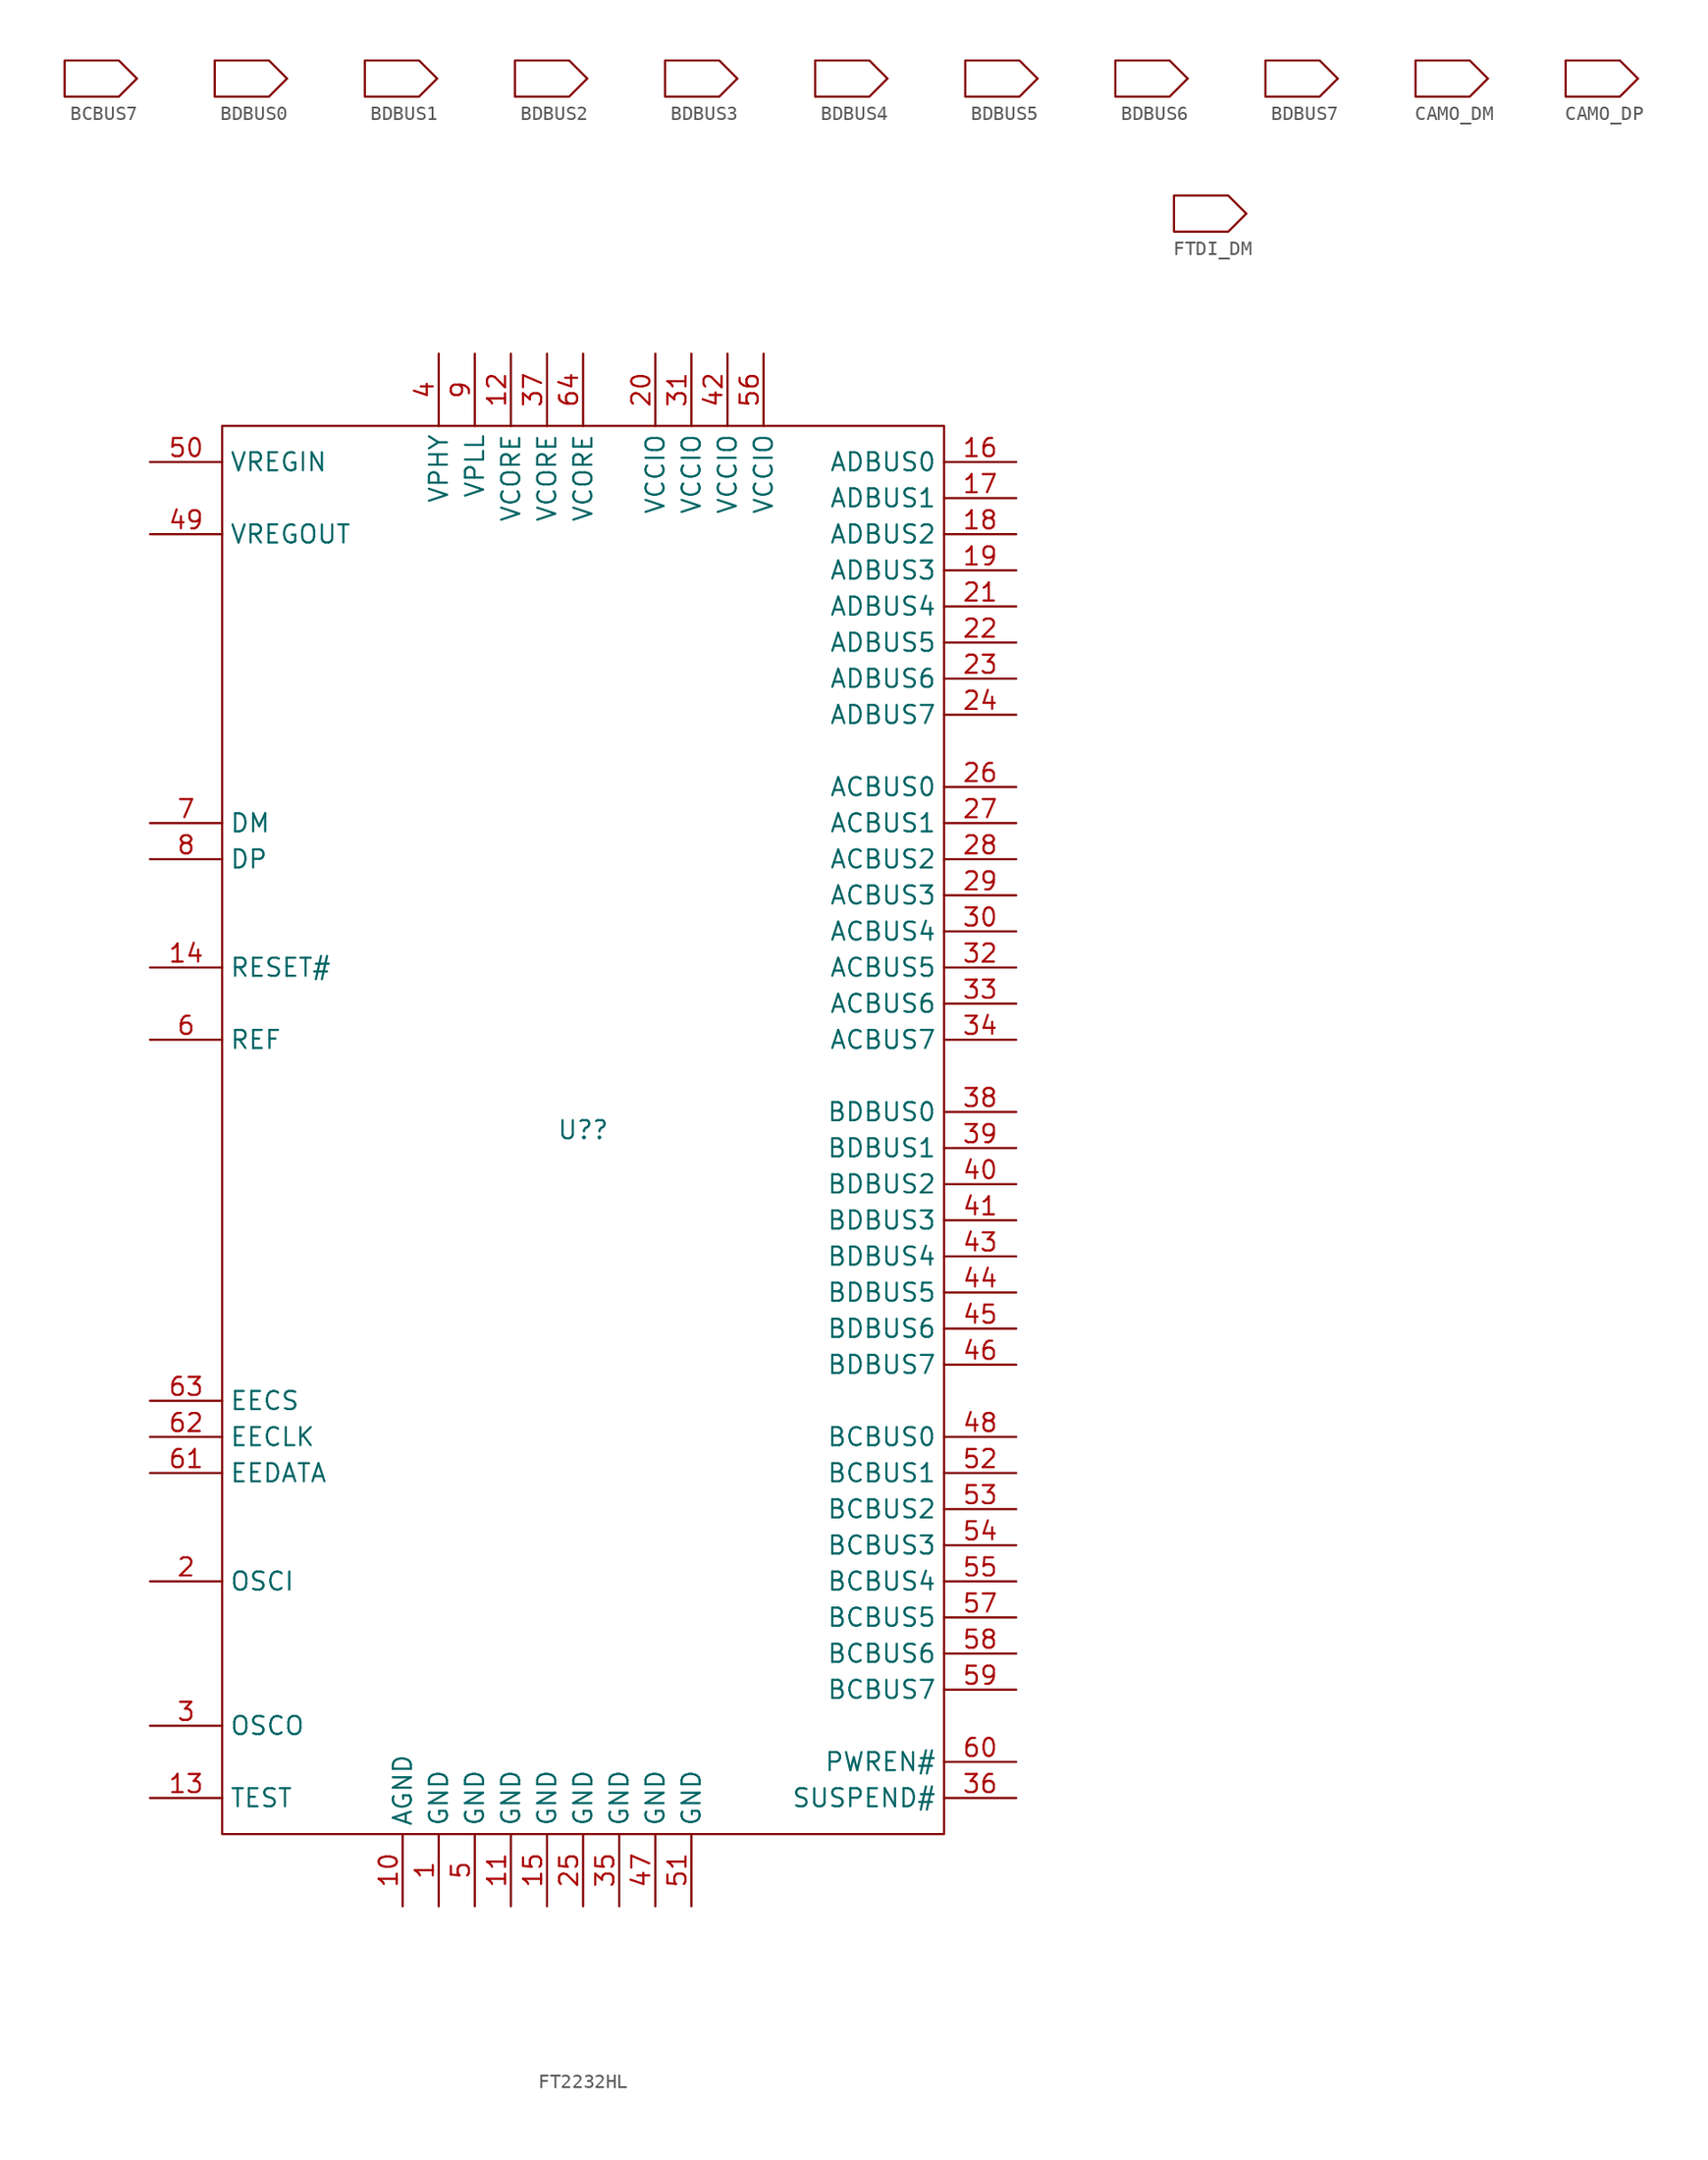
<source format=kicad_sym>
(kicad_symbol_lib
  (version 20231120)
  (generator "kicad_symbol_editor")
  (generator_version "8.0")
  (symbol "BCBUS7"
    (power)
    (pin_numbers hide)
    (pin_names hide)
    (property "Reference" "#PWR"
      (at 0 0 0)
      (effects (font (size 1.27 1.27)) (hide yes)))
    (property "Value" ""
      (at 0 0 0)
      (effects (font (size 1.27 1.27))))
    (symbol "BCBUS7_1_0"
      (polyline (pts (xy 0 0) (xy -1.27 -1.27) (xy -1.27 -1.27) (xy -5.08 -1.27) (xy -5.08 -1.27) (xy -5.08 1.27) (xy -5.08 1.27) (xy -1.27 1.27) (xy -1.27 1.27) (xy 0 0)) (stroke (width 0) (type default)) (fill (type none)))
      (pin input line (at 0 0 0) (length 0) (name "" (effects (font (size 0.025 0.025)))) (number "1" (effects (font (size 0 0)))))))
  (symbol "BDBUS0"
    (power)
    (pin_numbers hide)
    (pin_names hide)
    (property "Reference" "#PWR"
      (at 0 0 0)
      (effects (font (size 1.27 1.27)) (hide yes)))
    (property "Value" ""
      (at 0 0 0)
      (effects (font (size 1.27 1.27))))
    (symbol "BDBUS0_1_0"
      (polyline (pts (xy 0 0) (xy -1.27 -1.27) (xy -1.27 -1.27) (xy -5.08 -1.27) (xy -5.08 -1.27) (xy -5.08 1.27) (xy -5.08 1.27) (xy -1.27 1.27) (xy -1.27 1.27) (xy 0 0)) (stroke (width 0) (type default)) (fill (type none)))
      (pin input line (at 0 0 0) (length 0) (name "" (effects (font (size 0.025 0.025)))) (number "1" (effects (font (size 0 0)))))))
  (symbol "BDBUS1"
    (power)
    (pin_numbers hide)
    (pin_names hide)
    (property "Reference" "#PWR"
      (at 0 0 0)
      (effects (font (size 1.27 1.27)) (hide yes)))
    (property "Value" ""
      (at 0 0 0)
      (effects (font (size 1.27 1.27))))
    (symbol "BDBUS1_1_0"
      (polyline (pts (xy 0 0) (xy -1.27 -1.27) (xy -1.27 -1.27) (xy -5.08 -1.27) (xy -5.08 -1.27) (xy -5.08 1.27) (xy -5.08 1.27) (xy -1.27 1.27) (xy -1.27 1.27) (xy 0 0)) (stroke (width 0) (type default)) (fill (type none)))
      (pin input line (at 0 0 0) (length 0) (name "" (effects (font (size 0.025 0.025)))) (number "1" (effects (font (size 0 0)))))))
  (symbol "BDBUS2"
    (power)
    (pin_numbers hide)
    (pin_names hide)
    (property "Reference" "#PWR"
      (at 0 0 0)
      (effects (font (size 1.27 1.27)) (hide yes)))
    (property "Value" ""
      (at 0 0 0)
      (effects (font (size 1.27 1.27))))
    (symbol "BDBUS2_1_0"
      (polyline (pts (xy 0 0) (xy -1.27 -1.27) (xy -1.27 -1.27) (xy -5.08 -1.27) (xy -5.08 -1.27) (xy -5.08 1.27) (xy -5.08 1.27) (xy -1.27 1.27) (xy -1.27 1.27) (xy 0 0)) (stroke (width 0) (type default)) (fill (type none)))
      (pin input line (at 0 0 0) (length 0) (name "" (effects (font (size 0.025 0.025)))) (number "1" (effects (font (size 0 0)))))))
  (symbol "BDBUS3"
    (power)
    (pin_numbers hide)
    (pin_names hide)
    (property "Reference" "#PWR"
      (at 0 0 0)
      (effects (font (size 1.27 1.27)) (hide yes)))
    (property "Value" ""
      (at 0 0 0)
      (effects (font (size 1.27 1.27))))
    (symbol "BDBUS3_1_0"
      (polyline (pts (xy 0 0) (xy -1.27 -1.27) (xy -1.27 -1.27) (xy -5.08 -1.27) (xy -5.08 -1.27) (xy -5.08 1.27) (xy -5.08 1.27) (xy -1.27 1.27) (xy -1.27 1.27) (xy 0 0)) (stroke (width 0) (type default)) (fill (type none)))
      (pin input line (at 0 0 0) (length 0) (name "" (effects (font (size 0.025 0.025)))) (number "1" (effects (font (size 0 0)))))))
  (symbol "BDBUS4"
    (power)
    (pin_numbers hide)
    (pin_names hide)
    (property "Reference" "#PWR"
      (at 0 0 0)
      (effects (font (size 1.27 1.27)) (hide yes)))
    (property "Value" ""
      (at 0 0 0)
      (effects (font (size 1.27 1.27))))
    (symbol "BDBUS4_1_0"
      (polyline (pts (xy 0 0) (xy -1.27 -1.27) (xy -1.27 -1.27) (xy -5.08 -1.27) (xy -5.08 -1.27) (xy -5.08 1.27) (xy -5.08 1.27) (xy -1.27 1.27) (xy -1.27 1.27) (xy 0 0)) (stroke (width 0) (type default)) (fill (type none)))
      (pin input line (at 0 0 0) (length 0) (name "" (effects (font (size 0.025 0.025)))) (number "1" (effects (font (size 0 0)))))))
  (symbol "BDBUS5"
    (power)
    (pin_numbers hide)
    (pin_names hide)
    (property "Reference" "#PWR"
      (at 0 0 0)
      (effects (font (size 1.27 1.27)) (hide yes)))
    (property "Value" ""
      (at 0 0 0)
      (effects (font (size 1.27 1.27))))
    (symbol "BDBUS5_1_0"
      (polyline (pts (xy 0 0) (xy -1.27 -1.27) (xy -1.27 -1.27) (xy -5.08 -1.27) (xy -5.08 -1.27) (xy -5.08 1.27) (xy -5.08 1.27) (xy -1.27 1.27) (xy -1.27 1.27) (xy 0 0)) (stroke (width 0) (type default)) (fill (type none)))
      (pin input line (at 0 0 0) (length 0) (name "" (effects (font (size 0.025 0.025)))) (number "1" (effects (font (size 0 0)))))))
  (symbol "BDBUS6"
    (power)
    (pin_numbers hide)
    (pin_names hide)
    (property "Reference" "#PWR"
      (at 0 0 0)
      (effects (font (size 1.27 1.27)) (hide yes)))
    (property "Value" ""
      (at 0 0 0)
      (effects (font (size 1.27 1.27))))
    (symbol "BDBUS6_1_0"
      (polyline (pts (xy 0 0) (xy -1.27 -1.27) (xy -1.27 -1.27) (xy -5.08 -1.27) (xy -5.08 -1.27) (xy -5.08 1.27) (xy -5.08 1.27) (xy -1.27 1.27) (xy -1.27 1.27) (xy 0 0)) (stroke (width 0) (type default)) (fill (type none)))
      (pin input line (at 0 0 0) (length 0) (name "" (effects (font (size 0.025 0.025)))) (number "1" (effects (font (size 0 0)))))))
  (symbol "BDBUS7"
    (power)
    (pin_numbers hide)
    (pin_names hide)
    (property "Reference" "#PWR"
      (at 0 0 0)
      (effects (font (size 1.27 1.27)) (hide yes)))
    (property "Value" ""
      (at 0 0 0)
      (effects (font (size 1.27 1.27))))
    (symbol "BDBUS7_1_0"
      (polyline (pts (xy 0 0) (xy -1.27 -1.27) (xy -1.27 -1.27) (xy -5.08 -1.27) (xy -5.08 -1.27) (xy -5.08 1.27) (xy -5.08 1.27) (xy -1.27 1.27) (xy -1.27 1.27) (xy 0 0)) (stroke (width 0) (type default)) (fill (type none)))
      (pin input line (at 0 0 0) (length 0) (name "" (effects (font (size 0.025 0.025)))) (number "1" (effects (font (size 0 0)))))))
  (symbol "CAMO_DM"
    (power)
    (pin_numbers hide)
    (pin_names hide)
    (property "Reference" "#PWR"
      (at 0 0 0)
      (effects (font (size 1.27 1.27)) (hide yes)))
    (property "Value" ""
      (at 0 0 0)
      (effects (font (size 1.27 1.27))))
    (symbol "CAMO_DM_1_0"
      (polyline (pts (xy 0 0) (xy -1.27 -1.27) (xy -1.27 -1.27) (xy -5.08 -1.27) (xy -5.08 -1.27) (xy -5.08 1.27) (xy -5.08 1.27) (xy -1.27 1.27) (xy -1.27 1.27) (xy 0 0)) (stroke (width 0) (type default)) (fill (type none)))
      (pin input line (at 0 0 0) (length 0) (name "" (effects (font (size 0.025 0.025)))) (number "1" (effects (font (size 0 0)))))))
  (symbol "CAMO_DP"
    (power)
    (pin_numbers hide)
    (pin_names hide)
    (property "Reference" "#PWR"
      (at 0 0 0)
      (effects (font (size 1.27 1.27)) (hide yes)))
    (property "Value" ""
      (at 0 0 0)
      (effects (font (size 1.27 1.27))))
    (symbol "CAMO_DP_1_0"
      (polyline (pts (xy 0 0) (xy -1.27 -1.27) (xy -1.27 -1.27) (xy -5.08 -1.27) (xy -5.08 -1.27) (xy -5.08 1.27) (xy -5.08 1.27) (xy -1.27 1.27) (xy -1.27 1.27) (xy 0 0)) (stroke (width 0) (type default)) (fill (type none)))
      (pin input line (at 0 0 0) (length 0) (name "" (effects (font (size 0.025 0.025)))) (number "1" (effects (font (size 0 0)))))))
  (symbol "FT2232HL"
    (property "Reference" "U?"
      (at 0 0 0)
      (effects (font (size 1.27 1.27))))
    (property "Value" ""
      (at 0 0 0)
      (effects (font (size 1.27 1.27))))
    (symbol "FT2232HL_1_0"
      (rectangle (start -25.4 -49.53) (end 25.4 49.53) (stroke (width 0) (type default)) (fill (type none)))
      (pin unspecified line (at -10.16 -54.61 90) (length 5.08) (name "GND" (effects (font (size 1.27 1.27)))) (number "1" (effects (font (size 1.27 1.27)))))
      (pin unspecified line (at -12.7 -54.61 90) (length 5.08) (name "AGND" (effects (font (size 1.27 1.27)))) (number "10" (effects (font (size 1.27 1.27)))))
      (pin unspecified line (at -5.08 -54.61 90) (length 5.08) (name "GND" (effects (font (size 1.27 1.27)))) (number "11" (effects (font (size 1.27 1.27)))))
      (pin unspecified line (at -5.08 54.61 270) (length 5.08) (name "VCORE" (effects (font (size 1.27 1.27)))) (number "12" (effects (font (size 1.27 1.27)))))
      (pin unspecified line (at -30.48 -46.99 0) (length 5.08) (name "TEST" (effects (font (size 1.27 1.27)))) (number "13" (effects (font (size 1.27 1.27)))))
      (pin unspecified line (at -30.48 11.43 0) (length 5.08) (name "RESET#" (effects (font (size 1.27 1.27)))) (number "14" (effects (font (size 1.27 1.27)))))
      (pin unspecified line (at -2.54 -54.61 90) (length 5.08) (name "GND" (effects (font (size 1.27 1.27)))) (number "15" (effects (font (size 1.27 1.27)))))
      (pin bidirectional line (at 30.48 46.99 180) (length 5.08) (name "ADBUS0" (effects (font (size 1.27 1.27)))) (number "16" (effects (font (size 1.27 1.27)))))
      (pin bidirectional line (at 30.48 44.45 180) (length 5.08) (name "ADBUS1" (effects (font (size 1.27 1.27)))) (number "17" (effects (font (size 1.27 1.27)))))
      (pin bidirectional line (at 30.48 41.91 180) (length 5.08) (name "ADBUS2" (effects (font (size 1.27 1.27)))) (number "18" (effects (font (size 1.27 1.27)))))
      (pin bidirectional line (at 30.48 39.37 180) (length 5.08) (name "ADBUS3" (effects (font (size 1.27 1.27)))) (number "19" (effects (font (size 1.27 1.27)))))
      (pin unspecified line (at -30.48 -31.75 0) (length 5.08) (name "OSCI" (effects (font (size 1.27 1.27)))) (number "2" (effects (font (size 1.27 1.27)))))
      (pin unspecified line (at 5.08 54.61 270) (length 5.08) (name "VCCIO" (effects (font (size 1.27 1.27)))) (number "20" (effects (font (size 1.27 1.27)))))
      (pin bidirectional line (at 30.48 36.83 180) (length 5.08) (name "ADBUS4" (effects (font (size 1.27 1.27)))) (number "21" (effects (font (size 1.27 1.27)))))
      (pin bidirectional line (at 30.48 34.29 180) (length 5.08) (name "ADBUS5" (effects (font (size 1.27 1.27)))) (number "22" (effects (font (size 1.27 1.27)))))
      (pin bidirectional line (at 30.48 31.75 180) (length 5.08) (name "ADBUS6" (effects (font (size 1.27 1.27)))) (number "23" (effects (font (size 1.27 1.27)))))
      (pin bidirectional line (at 30.48 29.21 180) (length 5.08) (name "ADBUS7" (effects (font (size 1.27 1.27)))) (number "24" (effects (font (size 1.27 1.27)))))
      (pin unspecified line (at 0 -54.61 90) (length 5.08) (name "GND" (effects (font (size 1.27 1.27)))) (number "25" (effects (font (size 1.27 1.27)))))
      (pin bidirectional line (at 30.48 24.13 180) (length 5.08) (name "ACBUS0" (effects (font (size 1.27 1.27)))) (number "26" (effects (font (size 1.27 1.27)))))
      (pin bidirectional line (at 30.48 21.59 180) (length 5.08) (name "ACBUS1" (effects (font (size 1.27 1.27)))) (number "27" (effects (font (size 1.27 1.27)))))
      (pin bidirectional line (at 30.48 19.05 180) (length 5.08) (name "ACBUS2" (effects (font (size 1.27 1.27)))) (number "28" (effects (font (size 1.27 1.27)))))
      (pin bidirectional line (at 30.48 16.51 180) (length 5.08) (name "ACBUS3" (effects (font (size 1.27 1.27)))) (number "29" (effects (font (size 1.27 1.27)))))
      (pin output line (at -30.48 -41.91 0) (length 5.08) (name "OSCO" (effects (font (size 1.27 1.27)))) (number "3" (effects (font (size 1.27 1.27)))))
      (pin bidirectional line (at 30.48 13.97 180) (length 5.08) (name "ACBUS4" (effects (font (size 1.27 1.27)))) (number "30" (effects (font (size 1.27 1.27)))))
      (pin unspecified line (at 7.62 54.61 270) (length 5.08) (name "VCCIO" (effects (font (size 1.27 1.27)))) (number "31" (effects (font (size 1.27 1.27)))))
      (pin bidirectional line (at 30.48 11.43 180) (length 5.08) (name "ACBUS5" (effects (font (size 1.27 1.27)))) (number "32" (effects (font (size 1.27 1.27)))))
      (pin bidirectional line (at 30.48 8.89 180) (length 5.08) (name "ACBUS6" (effects (font (size 1.27 1.27)))) (number "33" (effects (font (size 1.27 1.27)))))
      (pin bidirectional line (at 30.48 6.35 180) (length 5.08) (name "ACBUS7" (effects (font (size 1.27 1.27)))) (number "34" (effects (font (size 1.27 1.27)))))
      (pin unspecified line (at 2.54 -54.61 90) (length 5.08) (name "GND" (effects (font (size 1.27 1.27)))) (number "35" (effects (font (size 1.27 1.27)))))
      (pin output line (at 30.48 -46.99 180) (length 5.08) (name "SUSPEND#" (effects (font (size 1.27 1.27)))) (number "36" (effects (font (size 1.27 1.27)))))
      (pin unspecified line (at -2.54 54.61 270) (length 5.08) (name "VCORE" (effects (font (size 1.27 1.27)))) (number "37" (effects (font (size 1.27 1.27)))))
      (pin bidirectional line (at 30.48 1.27 180) (length 5.08) (name "BDBUS0" (effects (font (size 1.27 1.27)))) (number "38" (effects (font (size 1.27 1.27)))))
      (pin bidirectional line (at 30.48 -1.27 180) (length 5.08) (name "BDBUS1" (effects (font (size 1.27 1.27)))) (number "39" (effects (font (size 1.27 1.27)))))
      (pin unspecified line (at -10.16 54.61 270) (length 5.08) (name "VPHY" (effects (font (size 1.27 1.27)))) (number "4" (effects (font (size 1.27 1.27)))))
      (pin bidirectional line (at 30.48 -3.81 180) (length 5.08) (name "BDBUS2" (effects (font (size 1.27 1.27)))) (number "40" (effects (font (size 1.27 1.27)))))
      (pin bidirectional line (at 30.48 -6.35 180) (length 5.08) (name "BDBUS3" (effects (font (size 1.27 1.27)))) (number "41" (effects (font (size 1.27 1.27)))))
      (pin unspecified line (at 10.16 54.61 270) (length 5.08) (name "VCCIO" (effects (font (size 1.27 1.27)))) (number "42" (effects (font (size 1.27 1.27)))))
      (pin bidirectional line (at 30.48 -8.89 180) (length 5.08) (name "BDBUS4" (effects (font (size 1.27 1.27)))) (number "43" (effects (font (size 1.27 1.27)))))
      (pin bidirectional line (at 30.48 -11.43 180) (length 5.08) (name "BDBUS5" (effects (font (size 1.27 1.27)))) (number "44" (effects (font (size 1.27 1.27)))))
      (pin bidirectional line (at 30.48 -13.97 180) (length 5.08) (name "BDBUS6" (effects (font (size 1.27 1.27)))) (number "45" (effects (font (size 1.27 1.27)))))
      (pin bidirectional line (at 30.48 -16.51 180) (length 5.08) (name "BDBUS7" (effects (font (size 1.27 1.27)))) (number "46" (effects (font (size 1.27 1.27)))))
      (pin unspecified line (at 5.08 -54.61 90) (length 5.08) (name "GND" (effects (font (size 1.27 1.27)))) (number "47" (effects (font (size 1.27 1.27)))))
      (pin bidirectional line (at 30.48 -21.59 180) (length 5.08) (name "BCBUS0" (effects (font (size 1.27 1.27)))) (number "48" (effects (font (size 1.27 1.27)))))
      (pin unspecified line (at -30.48 41.91 0) (length 5.08) (name "VREGOUT" (effects (font (size 1.27 1.27)))) (number "49" (effects (font (size 1.27 1.27)))))
      (pin unspecified line (at -7.62 -54.61 90) (length 5.08) (name "GND" (effects (font (size 1.27 1.27)))) (number "5" (effects (font (size 1.27 1.27)))))
      (pin unspecified line (at -30.48 46.99 0) (length 5.08) (name "VREGIN" (effects (font (size 1.27 1.27)))) (number "50" (effects (font (size 1.27 1.27)))))
      (pin unspecified line (at 7.62 -54.61 90) (length 5.08) (name "GND" (effects (font (size 1.27 1.27)))) (number "51" (effects (font (size 1.27 1.27)))))
      (pin bidirectional line (at 30.48 -24.13 180) (length 5.08) (name "BCBUS1" (effects (font (size 1.27 1.27)))) (number "52" (effects (font (size 1.27 1.27)))))
      (pin bidirectional line (at 30.48 -26.67 180) (length 5.08) (name "BCBUS2" (effects (font (size 1.27 1.27)))) (number "53" (effects (font (size 1.27 1.27)))))
      (pin bidirectional line (at 30.48 -29.21 180) (length 5.08) (name "BCBUS3" (effects (font (size 1.27 1.27)))) (number "54" (effects (font (size 1.27 1.27)))))
      (pin bidirectional line (at 30.48 -31.75 180) (length 5.08) (name "BCBUS4" (effects (font (size 1.27 1.27)))) (number "55" (effects (font (size 1.27 1.27)))))
      (pin unspecified line (at 12.7 54.61 270) (length 5.08) (name "VCCIO" (effects (font (size 1.27 1.27)))) (number "56" (effects (font (size 1.27 1.27)))))
      (pin bidirectional line (at 30.48 -34.29 180) (length 5.08) (name "BCBUS5" (effects (font (size 1.27 1.27)))) (number "57" (effects (font (size 1.27 1.27)))))
      (pin bidirectional line (at 30.48 -36.83 180) (length 5.08) (name "BCBUS6" (effects (font (size 1.27 1.27)))) (number "58" (effects (font (size 1.27 1.27)))))
      (pin bidirectional line (at 30.48 -39.37 180) (length 5.08) (name "BCBUS7" (effects (font (size 1.27 1.27)))) (number "59" (effects (font (size 1.27 1.27)))))
      (pin unspecified line (at -30.48 6.35 0) (length 5.08) (name "REF" (effects (font (size 1.27 1.27)))) (number "6" (effects (font (size 1.27 1.27)))))
      (pin output line (at 30.48 -44.45 180) (length 5.08) (name "PWREN#" (effects (font (size 1.27 1.27)))) (number "60" (effects (font (size 1.27 1.27)))))
      (pin bidirectional line (at -30.48 -24.13 0) (length 5.08) (name "EEDATA" (effects (font (size 1.27 1.27)))) (number "61" (effects (font (size 1.27 1.27)))))
      (pin output line (at -30.48 -21.59 0) (length 5.08) (name "EECLK" (effects (font (size 1.27 1.27)))) (number "62" (effects (font (size 1.27 1.27)))))
      (pin bidirectional line (at -30.48 -19.05 0) (length 5.08) (name "EECS" (effects (font (size 1.27 1.27)))) (number "63" (effects (font (size 1.27 1.27)))))
      (pin unspecified line (at 0 54.61 270) (length 5.08) (name "VCORE" (effects (font (size 1.27 1.27)))) (number "64" (effects (font (size 1.27 1.27)))))
      (pin unspecified line (at -30.48 21.59 0) (length 5.08) (name "DM" (effects (font (size 1.27 1.27)))) (number "7" (effects (font (size 1.27 1.27)))))
      (pin unspecified line (at -30.48 19.05 0) (length 5.08) (name "DP" (effects (font (size 1.27 1.27)))) (number "8" (effects (font (size 1.27 1.27)))))
      (pin unspecified line (at -7.62 54.61 270) (length 5.08) (name "VPLL" (effects (font (size 1.27 1.27)))) (number "9" (effects (font (size 1.27 1.27)))))))
  (symbol "FTDI_DM"
    (power)
    (pin_numbers hide)
    (pin_names hide)
    (property "Reference" "#PWR"
      (at 0 0 0)
      (effects (font (size 1.27 1.27)) (hide yes)))
    (property "Value" ""
      (at 0 0 0)
      (effects (font (size 1.27 1.27))))
    (symbol "FTDI_DM_1_0"
      (polyline (pts (xy 0 0) (xy -1.27 -1.27) (xy -1.27 -1.27) (xy -5.08 -1.27) (xy -5.08 -1.27) (xy -5.08 1.27) (xy -5.08 1.27) (xy -1.27 1.27) (xy -1.27 1.27) (xy 0 0)) (stroke (width 0) (type default)) (fill (type none)))
      (pin input line (at 0 0 0) (length 0) (name "" (effects (font (size 0.025 0.025)))) (number "1" (effects (font (size 0 0))))))))
</source>
